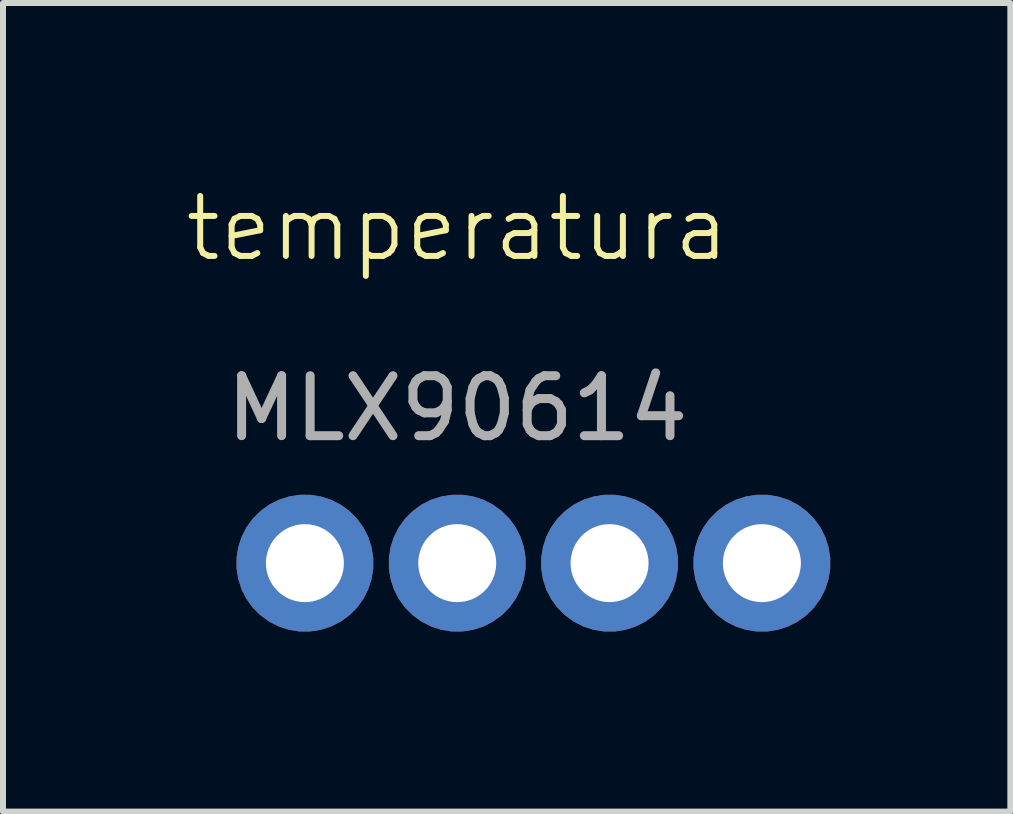
<source format=kicad_pcb>
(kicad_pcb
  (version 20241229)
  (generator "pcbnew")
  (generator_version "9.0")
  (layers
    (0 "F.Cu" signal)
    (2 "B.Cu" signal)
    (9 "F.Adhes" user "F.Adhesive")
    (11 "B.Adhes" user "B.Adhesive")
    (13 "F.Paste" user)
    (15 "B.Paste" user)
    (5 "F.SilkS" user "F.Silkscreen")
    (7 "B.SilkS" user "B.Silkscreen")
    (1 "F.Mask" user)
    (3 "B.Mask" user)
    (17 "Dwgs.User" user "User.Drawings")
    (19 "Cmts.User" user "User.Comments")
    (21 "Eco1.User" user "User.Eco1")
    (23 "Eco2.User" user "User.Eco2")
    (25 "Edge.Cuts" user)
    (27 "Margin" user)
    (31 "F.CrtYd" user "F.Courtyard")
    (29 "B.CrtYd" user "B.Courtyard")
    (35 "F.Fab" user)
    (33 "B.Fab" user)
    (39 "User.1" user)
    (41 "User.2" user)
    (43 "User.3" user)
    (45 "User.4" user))
  (footprint "temperatura"
    (layer "F.Cu")
    (at 4.574 1.26)
    (property "Reference" "temperatura" (at 0 -0.5 0) (unlocked yes) (layer "F.SilkS") (effects (font (size 1 1) (thickness 0.1))))
    (attr through_hole)
    (fp_text user "MLX90614" (at 0 2.5 0) (unlocked yes) (layer "F.Fab") (effects (font (size 1 1) (thickness 0.15))))
    (pad "1" thru_hole custom (at -2.54 5.08) (size 2.286 2.286) (drill 1.3) (layers "*.Cu" "*.Mask") (options (anchor circle)) (primitives))
    (pad "2" thru_hole custom (at 0 5.08) (size 2.286 2.286) (drill 1.3) (layers "*.Cu" "*.Mask") (options (anchor circle)) (primitives))
    (pad "3" thru_hole custom (at 2.54 5.08) (size 2.286 2.286) (drill 1.3) (layers "*.Cu" "*.Mask") (options (anchor circle)) (primitives))
    (pad "4" thru_hole custom (at 5.08 5.08) (size 2.286 2.286) (drill 1.3) (layers "*.Cu" "*.Mask") (options (anchor circle)) (primitives)))
  (gr_rect
    (start -3 -3)
    (end 13.797 10.483)
    (stroke (width 0.1) (type default))
    (fill no)
    (layer "Edge.Cuts")))
</source>
